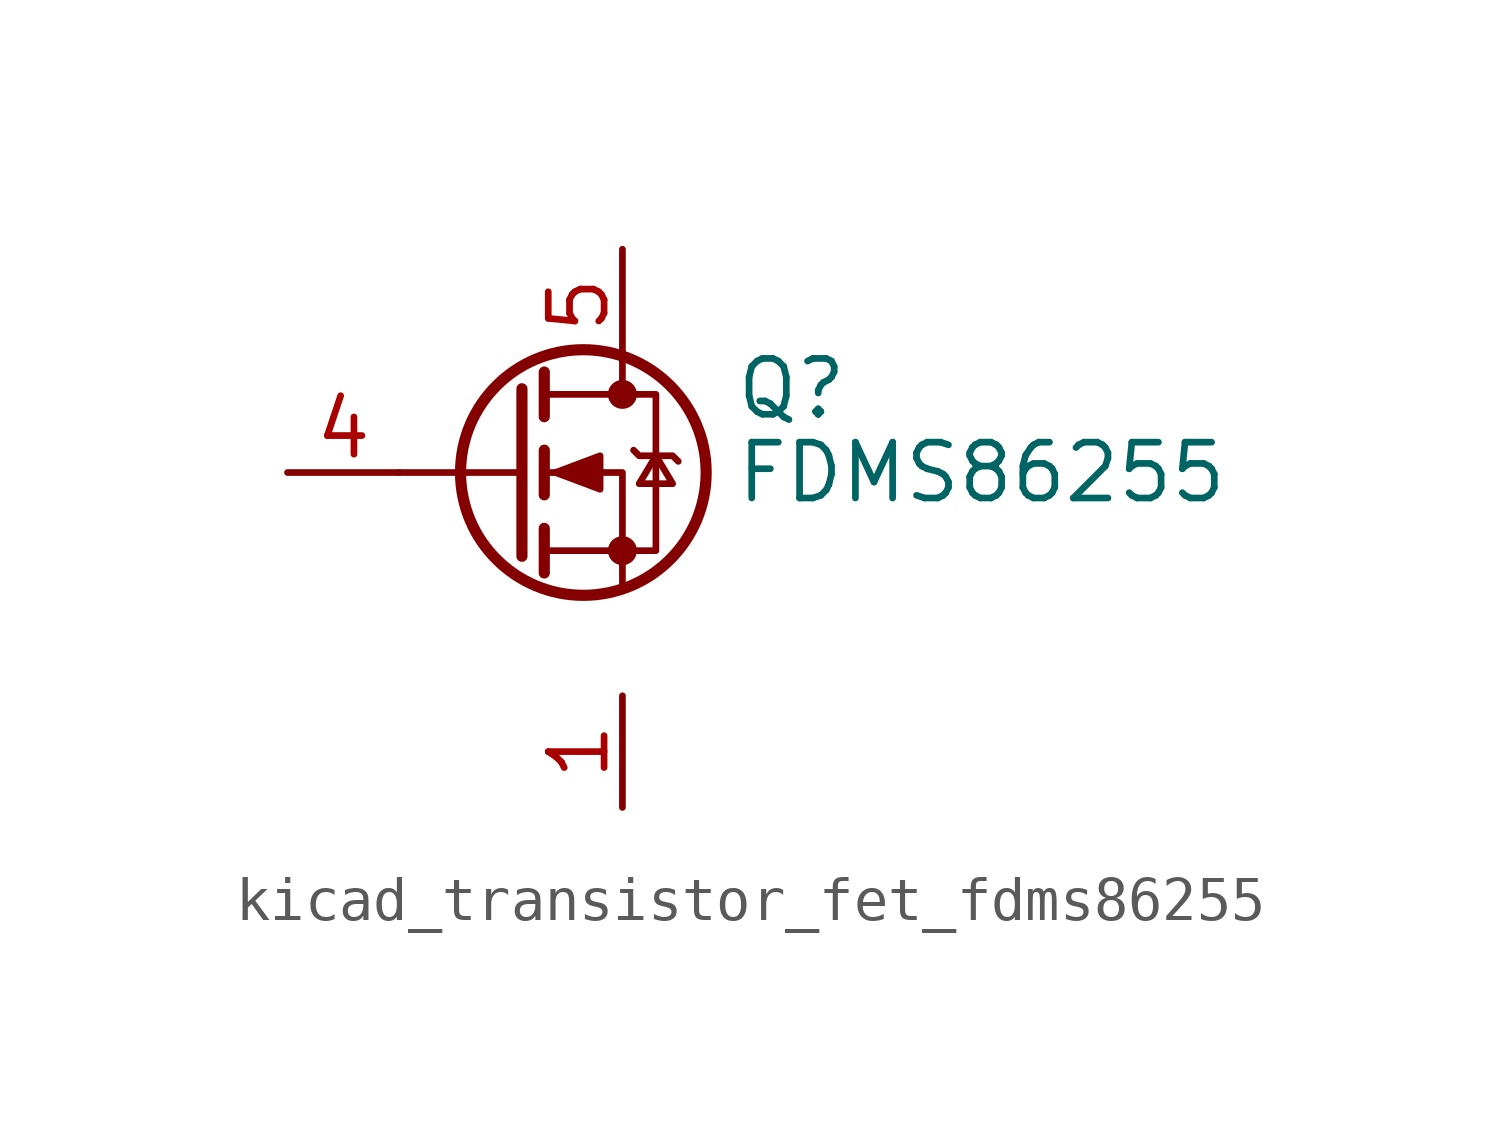
<source format=kicad_sym>
(kicad_symbol_lib
  (version 20220914)
  (generator kicad_symbol_editor)
  (symbol "kicad_transistor_fet_fdms86255"
    (pin_names hide)
    (property "Reference" "Q"
      (at 5.08 1.905 0)
      (effects (font (size 1.27 1.27)) (justify left)))
    (property "Value" "FDMS86255"
      (at 5.08 0 0)
      (effects (font (size 1.27 1.27)) (justify left)))
    (symbol "kicad_transistor_fet_fdms86255_0_1"
      (polyline (pts (xy 0.254 0) (xy -2.54 0)) (stroke (width 0) (type default)) (fill (type none)))
      (polyline (pts (xy 0.254 1.905) (xy 0.254 -1.905)) (stroke (width 0.254) (type default)) (fill (type none)))
      (polyline (pts (xy 0.762 -1.27) (xy 0.762 -2.286)) (stroke (width 0.254) (type default)) (fill (type none)))
      (polyline (pts (xy 0.762 0.508) (xy 0.762 -0.508)) (stroke (width 0.254) (type default)) (fill (type none)))
      (polyline (pts (xy 0.762 2.286) (xy 0.762 1.27)) (stroke (width 0.254) (type default)) (fill (type none)))
      (polyline (pts (xy 2.54 2.54) (xy 2.54 1.778)) (stroke (width 0) (type default)) (fill (type none)))
      (polyline (pts (xy 2.54 -2.54) (xy 2.54 0) (xy 0.762 0)) (stroke (width 0) (type default)) (fill (type none)))
      (polyline (pts (xy 0.762 -1.778) (xy 3.302 -1.778) (xy 3.302 1.778) (xy 0.762 1.778)) (stroke (width 0) (type default)) (fill (type none)))
      (polyline (pts (xy 1.016 0) (xy 2.032 0.381) (xy 2.032 -0.381) (xy 1.016 0)) (stroke (width 0) (type default)) (fill (type outline)))
      (polyline (pts (xy 2.794 0.508) (xy 2.921 0.381) (xy 3.683 0.381) (xy 3.81 0.254)) (stroke (width 0) (type default)) (fill (type none)))
      (polyline (pts (xy 3.302 0.381) (xy 2.921 -0.254) (xy 3.683 -0.254) (xy 3.302 0.381)) (stroke (width 0) (type default)) (fill (type none)))
      (circle (center 1.651 0) (radius 2.794) (stroke (width 0.254) (type default)) (fill (type none)))
      (circle (center 2.54 -1.778) (radius 0.254) (stroke (width 0) (type default)) (fill (type outline)))
      (circle (center 2.54 1.778) (radius 0.254) (stroke (width 0) (type default)) (fill (type outline))))
    (symbol "kicad_transistor_fet_fdms86255_1_1"
      (pin passive line (at 2.54 -5.08 270) (length 2.54) (name "S" (effects (font (size 1.27 1.27)))) (number "1" (effects (font (size 1.27 1.27)))))
      (pin passive line (at 2.54 -5.08 270) (length 2.54) hide (name "S" (effects (font (size 1.27 1.27)))) (number "2" (effects (font (size 1.27 1.27)))))
      (pin passive line (at 2.54 -5.08 90) (length 2.54) hide (name "S" (effects (font (size 1.27 1.27)))) (number "3" (effects (font (size 1.27 1.27)))))
      (pin passive line (at -5.08 0 0) (length 2.54) (name "G" (effects (font (size 1.27 1.27)))) (number "4" (effects (font (size 1.27 1.27)))))
      (pin passive line (at 2.54 5.08 270) (length 2.54) (name "D" (effects (font (size 1.27 1.27)))) (number "5" (effects (font (size 1.27 1.27))))))))
</source>
